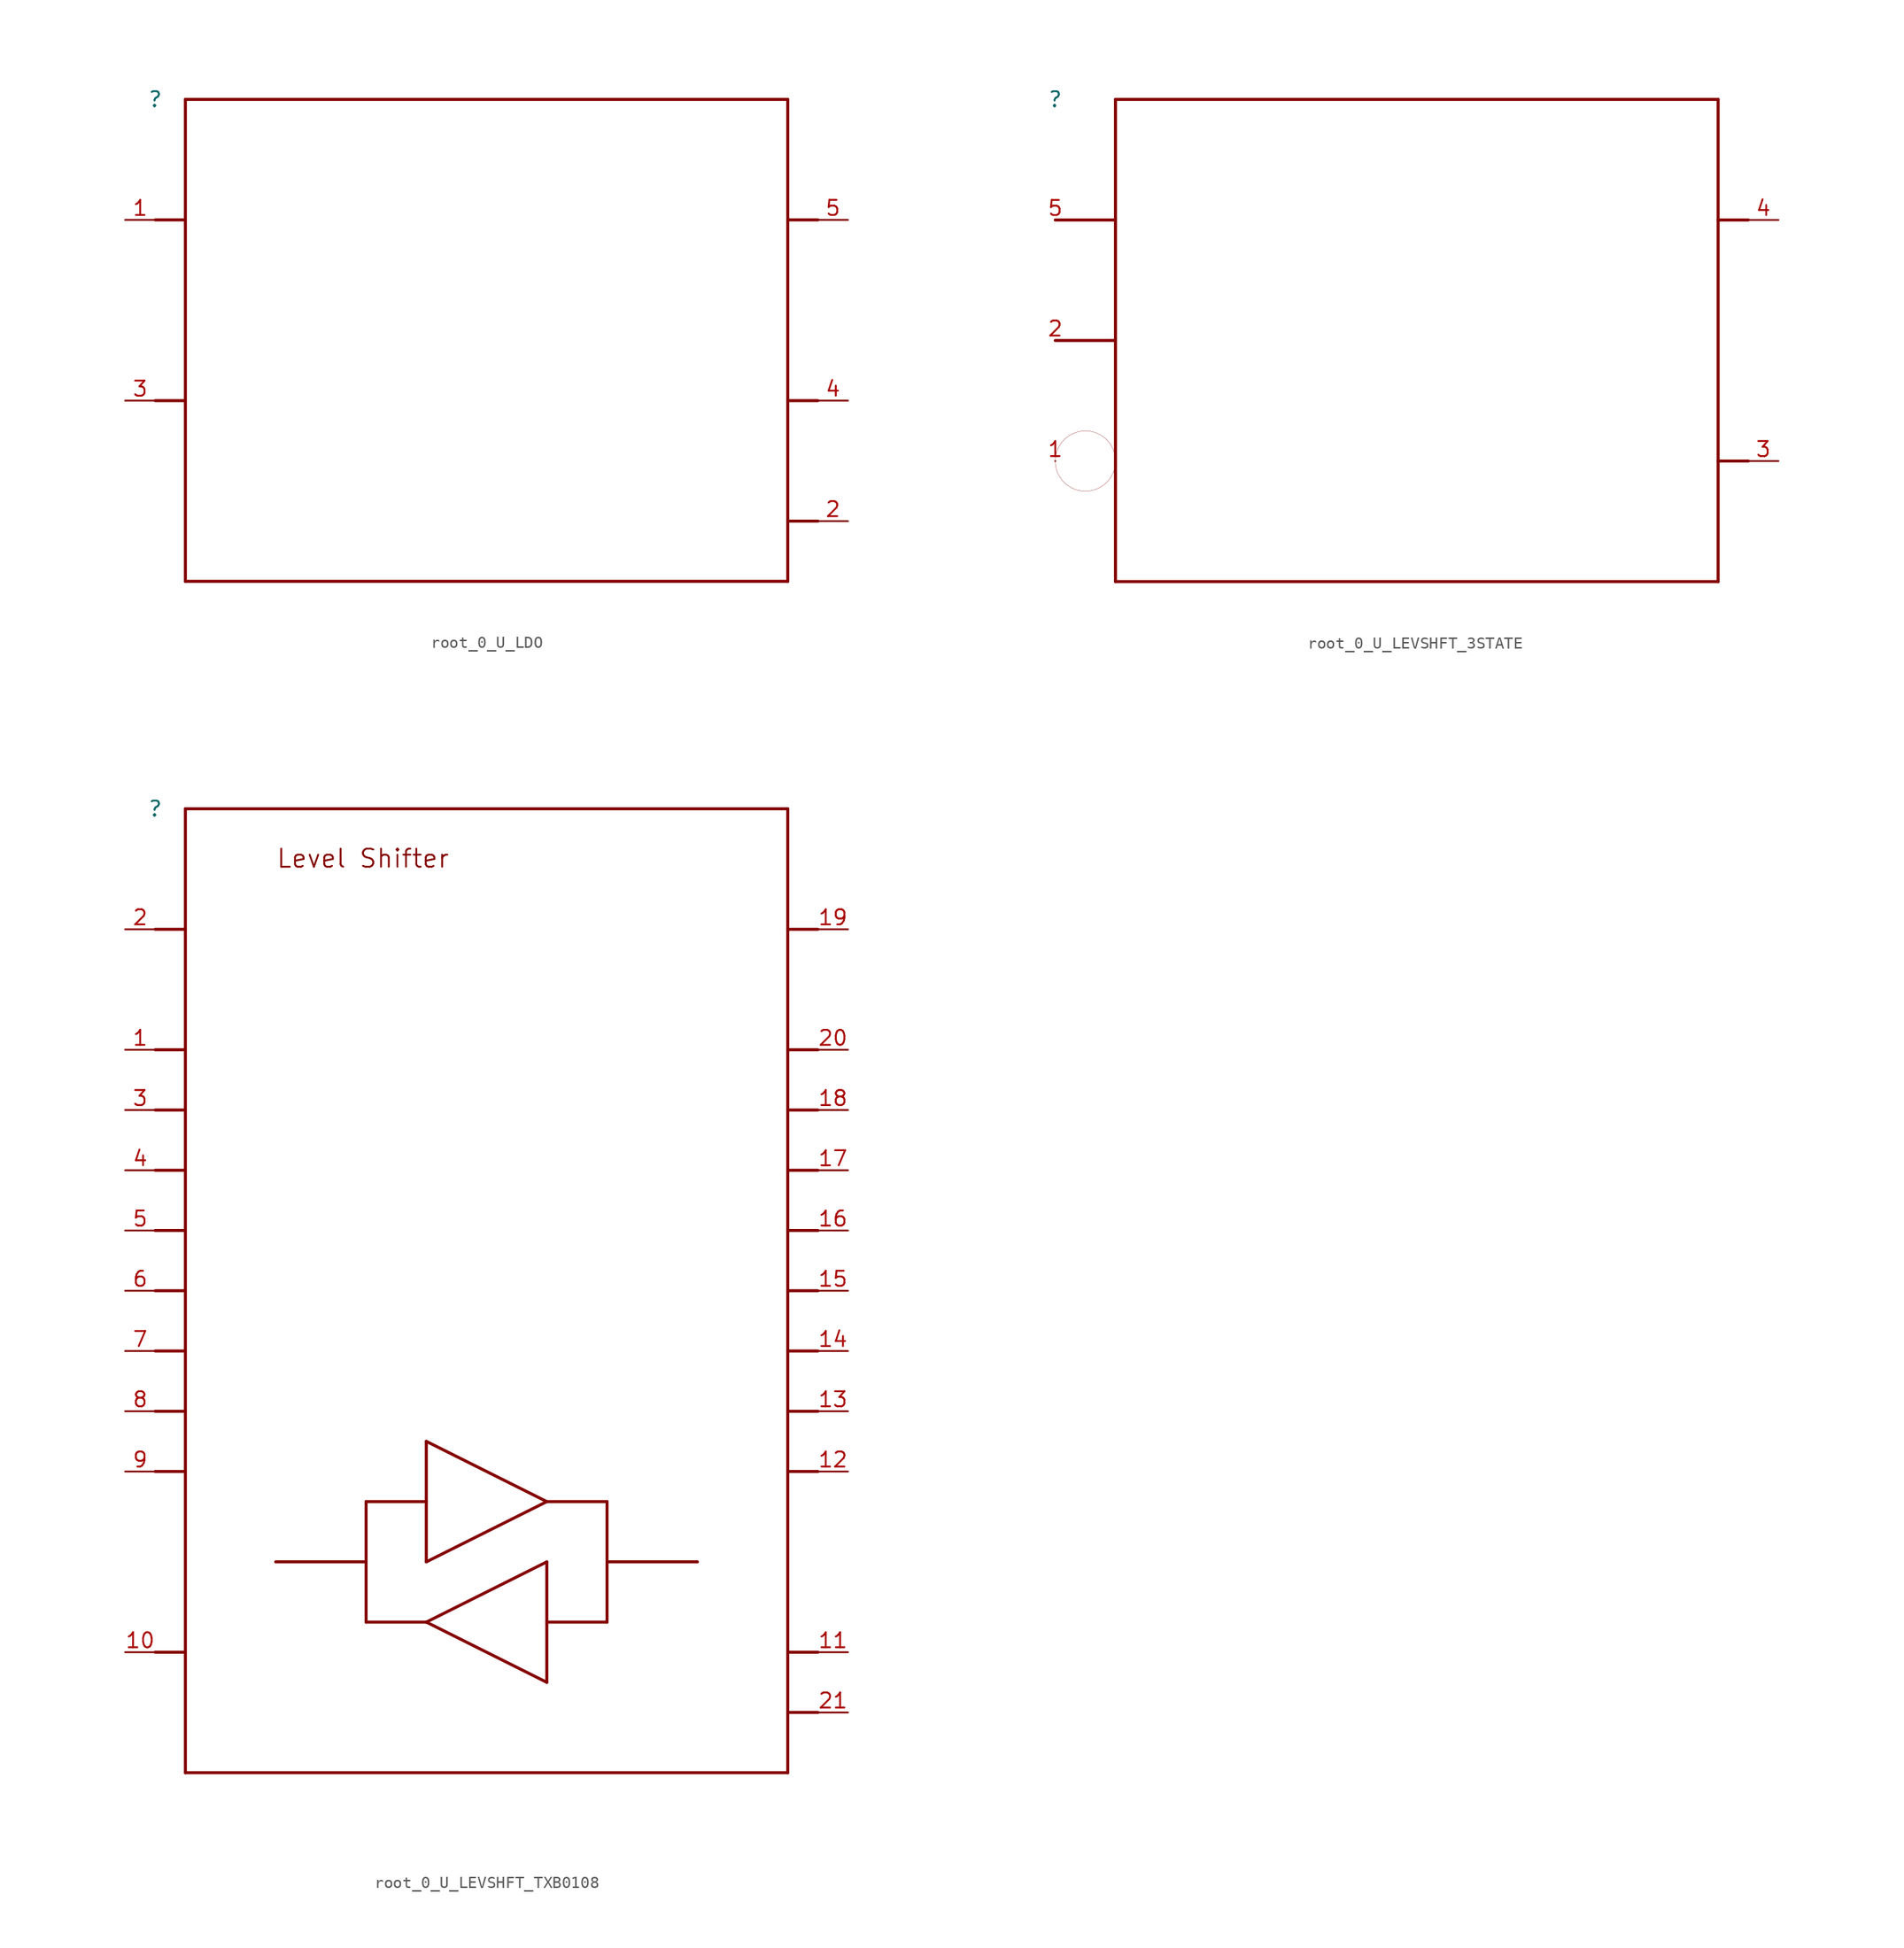
<source format=kicad_sym>
(kicad_symbol_lib
  (version 20220914)
  (generator kicad_symbol_editor)
  (symbol "root_0_U_LDO"
    (property "Reference" ""
      (at 0 0 0)
      (effects (font (size 1.27 1.27))))
    (property "Value" ""
      (at 0 0 0)
      (effects (font (size 1.27 1.27))))
    (symbol "root_0_U_LDO_1_0"
      (polyline (pts (xy 0 -25.4) (xy 2.54 -25.4)) (stroke (width 0.254) (type solid)) (fill (type none)))
      (polyline (pts (xy 0 -10.16) (xy 2.54 -10.16)) (stroke (width 0.254) (type solid)) (fill (type none)))
      (polyline (pts (xy 2.54 -40.64) (xy 2.54 0)) (stroke (width 0.254) (type solid)) (fill (type none)))
      (polyline (pts (xy 2.54 -40.64) (xy 53.34 -40.64)) (stroke (width 0.254) (type solid)) (fill (type none)))
      (polyline (pts (xy 53.34 -35.56) (xy 55.88 -35.56)) (stroke (width 0.254) (type solid)) (fill (type none)))
      (polyline (pts (xy 53.34 -25.4) (xy 55.88 -25.4)) (stroke (width 0.254) (type solid)) (fill (type none)))
      (polyline (pts (xy 53.34 -10.16) (xy 55.88 -10.16)) (stroke (width 0.254) (type solid)) (fill (type none)))
      (polyline (pts (xy 53.34 0) (xy 2.54 0)) (stroke (width 0.254) (type solid)) (fill (type none)))
      (polyline (pts (xy 53.34 0) (xy 53.34 -40.64)) (stroke (width 0.254) (type solid)) (fill (type none)))
      (pin bidirectional line (at -2.54 -10.16 0) (length 2.54) (name "IN" (effects (font (size 0 0)))) (number "1" (effects (font (size 1.27 1.27)))))
      (pin input line (at 58.42 -35.56 180) (length 2.54) (name "GND" (effects (font (size 0 0)))) (number "2" (effects (font (size 1.27 1.27)))))
      (pin output line (at -2.54 -25.4 0) (length 2.54) (name "EN" (effects (font (size 0 0)))) (number "3" (effects (font (size 1.27 1.27)))))
      (pin bidirectional line (at 58.42 -25.4 180) (length 2.54) (name "ADJ" (effects (font (size 0 0)))) (number "4" (effects (font (size 1.27 1.27)))))
      (pin bidirectional line (at 58.42 -10.16 180) (length 2.54) (name "OUT" (effects (font (size 0 0)))) (number "5" (effects (font (size 1.27 1.27)))))))
  (symbol "root_0_U_LEVSHFT_3STATE"
    (property "Reference" ""
      (at 0 0 0)
      (effects (font (size 1.27 1.27))))
    (property "Value" ""
      (at 0 0 0)
      (effects (font (size 1.27 1.27))))
    (symbol "root_0_U_LEVSHFT_3STATE_1_0"
      (polyline (pts (xy 5.08 -20.32) (xy 0 -20.32)) (stroke (width 0.254) (type solid)) (fill (type none)))
      (polyline (pts (xy 5.08 -10.16) (xy 0 -10.16)) (stroke (width 0.254) (type solid)) (fill (type none)))
      (polyline (pts (xy 5.08 0) (xy 5.08 -40.64)) (stroke (width 0.254) (type solid)) (fill (type none)))
      (polyline (pts (xy 55.88 -40.64) (xy 5.08 -40.64)) (stroke (width 0.254) (type solid)) (fill (type none)))
      (polyline (pts (xy 55.88 -40.64) (xy 55.88 0)) (stroke (width 0.254) (type solid)) (fill (type none)))
      (polyline (pts (xy 55.88 -30.48) (xy 58.42 -30.48)) (stroke (width 0.254) (type solid)) (fill (type none)))
      (polyline (pts (xy 55.88 -10.16) (xy 58.42 -10.16)) (stroke (width 0.254) (type solid)) (fill (type none)))
      (polyline (pts (xy 55.88 0) (xy 5.08 0)) (stroke (width 0.254) (type solid)) (fill (type none)))
      (circle (center 2.54 -30.48) (radius 2.54) (stroke (width 0.0001) (type solid)) (fill (type none)))
      (pin input line (at 0 -30.48 180) (length 0) (name "OE*" (effects (font (size 0 0)))) (number "1" (effects (font (size 1.27 1.27)))))
      (pin input line (at 0 -20.32 180) (length 0) (name "IN" (effects (font (size 0 0)))) (number "2" (effects (font (size 1.27 1.27)))))
      (pin input line (at 60.96 -30.48 180) (length 2.54) (name "GND" (effects (font (size 0 0)))) (number "3" (effects (font (size 1.27 1.27)))))
      (pin output line (at 60.96 -10.16 180) (length 2.54) (name "OUT" (effects (font (size 0 0)))) (number "4" (effects (font (size 1.27 1.27)))))
      (pin power_in line (at 0 -10.16 180) (length 0) (name "VCC" (effects (font (size 0 0)))) (number "5" (effects (font (size 1.27 1.27)))))))
  (symbol "root_0_U_LEVSHFT_TXB0108"
    (property "Reference" ""
      (at 0 0 0)
      (effects (font (size 1.27 1.27))))
    (property "Value" ""
      (at 0 0 0)
      (effects (font (size 1.27 1.27))))
    (symbol "root_0_U_LEVSHFT_TXB0108_1_0"
      (polyline (pts (xy 0 -71.12) (xy 2.54 -71.12)) (stroke (width 0.254) (type solid)) (fill (type none)))
      (polyline (pts (xy 0 -55.88) (xy 2.54 -55.88)) (stroke (width 0.254) (type solid)) (fill (type none)))
      (polyline (pts (xy 0 -50.8) (xy 2.54 -50.8)) (stroke (width 0.254) (type solid)) (fill (type none)))
      (polyline (pts (xy 0 -45.72) (xy 2.54 -45.72)) (stroke (width 0.254) (type solid)) (fill (type none)))
      (polyline (pts (xy 0 -40.64) (xy 2.54 -40.64)) (stroke (width 0.254) (type solid)) (fill (type none)))
      (polyline (pts (xy 0 -35.56) (xy 2.54 -35.56)) (stroke (width 0.254) (type solid)) (fill (type none)))
      (polyline (pts (xy 0 -30.48) (xy 2.54 -30.48)) (stroke (width 0.254) (type solid)) (fill (type none)))
      (polyline (pts (xy 0 -25.4) (xy 2.54 -25.4)) (stroke (width 0.254) (type solid)) (fill (type none)))
      (polyline (pts (xy 0 -20.32) (xy 2.54 -20.32)) (stroke (width 0.254) (type solid)) (fill (type none)))
      (polyline (pts (xy 0 -10.16) (xy 2.54 -10.16)) (stroke (width 0.254) (type solid)) (fill (type none)))
      (polyline (pts (xy 2.54 -81.28) (xy 53.34 -81.28)) (stroke (width 0.254) (type solid)) (fill (type none)))
      (polyline (pts (xy 2.54 0) (xy 2.54 -81.28)) (stroke (width 0.254) (type solid)) (fill (type none)))
      (polyline (pts (xy 17.78 -68.58) (xy 22.86 -68.58)) (stroke (width 0.254) (type solid)) (fill (type none)))
      (polyline (pts (xy 17.78 -63.5) (xy 10.16 -63.5)) (stroke (width 0.254) (type solid)) (fill (type none)))
      (polyline (pts (xy 17.78 -58.42) (xy 17.78 -68.58)) (stroke (width 0.254) (type solid)) (fill (type none)))
      (polyline (pts (xy 17.78 -58.42) (xy 22.86 -58.42)) (stroke (width 0.254) (type solid)) (fill (type none)))
      (polyline (pts (xy 22.86 -68.58) (xy 33.02 -73.66)) (stroke (width 0.254) (type solid)) (fill (type none)))
      (polyline (pts (xy 22.86 -63.5) (xy 22.86 -53.34)) (stroke (width 0.254) (type solid)) (fill (type none)))
      (polyline (pts (xy 22.86 -63.5) (xy 33.02 -58.42)) (stroke (width 0.254) (type solid)) (fill (type none)))
      (polyline (pts (xy 33.02 -73.66) (xy 33.02 -63.5)) (stroke (width 0.254) (type solid)) (fill (type none)))
      (polyline (pts (xy 33.02 -68.58) (xy 38.1 -68.58)) (stroke (width 0.254) (type solid)) (fill (type none)))
      (polyline (pts (xy 33.02 -63.5) (xy 22.86 -68.58)) (stroke (width 0.254) (type solid)) (fill (type none)))
      (polyline (pts (xy 33.02 -58.42) (xy 22.86 -53.34)) (stroke (width 0.254) (type solid)) (fill (type none)))
      (polyline (pts (xy 38.1 -68.58) (xy 38.1 -58.42)) (stroke (width 0.254) (type solid)) (fill (type none)))
      (polyline (pts (xy 38.1 -63.5) (xy 45.72 -63.5)) (stroke (width 0.254) (type solid)) (fill (type none)))
      (polyline (pts (xy 38.1 -58.42) (xy 33.02 -58.42)) (stroke (width 0.254) (type solid)) (fill (type none)))
      (polyline (pts (xy 53.34 -76.2) (xy 55.88 -76.2)) (stroke (width 0.254) (type solid)) (fill (type none)))
      (polyline (pts (xy 53.34 -71.12) (xy 55.88 -71.12)) (stroke (width 0.254) (type solid)) (fill (type none)))
      (polyline (pts (xy 53.34 -55.88) (xy 55.88 -55.88)) (stroke (width 0.254) (type solid)) (fill (type none)))
      (polyline (pts (xy 53.34 -50.8) (xy 55.88 -50.8)) (stroke (width 0.254) (type solid)) (fill (type none)))
      (polyline (pts (xy 53.34 -45.72) (xy 55.88 -45.72)) (stroke (width 0.254) (type solid)) (fill (type none)))
      (polyline (pts (xy 53.34 -40.64) (xy 55.88 -40.64)) (stroke (width 0.254) (type solid)) (fill (type none)))
      (polyline (pts (xy 53.34 -35.56) (xy 55.88 -35.56)) (stroke (width 0.254) (type solid)) (fill (type none)))
      (polyline (pts (xy 53.34 -30.48) (xy 55.88 -30.48)) (stroke (width 0.254) (type solid)) (fill (type none)))
      (polyline (pts (xy 53.34 -25.4) (xy 55.88 -25.4)) (stroke (width 0.254) (type solid)) (fill (type none)))
      (polyline (pts (xy 53.34 -20.32) (xy 55.88 -20.32)) (stroke (width 0.254) (type solid)) (fill (type none)))
      (polyline (pts (xy 53.34 -10.16) (xy 55.88 -10.16)) (stroke (width 0.254) (type solid)) (fill (type none)))
      (polyline (pts (xy 53.34 0) (xy 2.54 0)) (stroke (width 0.254) (type solid)) (fill (type none)))
      (polyline (pts (xy 53.34 0) (xy 53.34 -81.28)) (stroke (width 0.254) (type solid)) (fill (type none)))
      (text "Level Shifter" (at 10.16 -5.08 0) (effects (font (size 1.524 1.524)) (justify left bottom)))
      (pin bidirectional line (at -2.54 -20.32 0) (length 2.54) (name "A1" (effects (font (size 0 0)))) (number "1" (effects (font (size 1.27 1.27)))))
      (pin bidirectional line (at -2.54 -71.12 0) (length 2.54) (name "OE" (effects (font (size 0 0)))) (number "10" (effects (font (size 1.27 1.27)))))
      (pin input line (at 58.42 -71.12 180) (length 2.54) (name "GND" (effects (font (size 0 0)))) (number "11" (effects (font (size 1.27 1.27)))))
      (pin bidirectional line (at 58.42 -55.88 180) (length 2.54) (name "B8" (effects (font (size 0 0)))) (number "12" (effects (font (size 1.27 1.27)))))
      (pin bidirectional line (at 58.42 -50.8 180) (length 2.54) (name "B7" (effects (font (size 0 0)))) (number "13" (effects (font (size 1.27 1.27)))))
      (pin bidirectional line (at 58.42 -45.72 180) (length 2.54) (name "B6" (effects (font (size 0 0)))) (number "14" (effects (font (size 1.27 1.27)))))
      (pin bidirectional line (at 58.42 -40.64 180) (length 2.54) (name "B5" (effects (font (size 0 0)))) (number "15" (effects (font (size 1.27 1.27)))))
      (pin bidirectional line (at 58.42 -35.56 180) (length 2.54) (name "B4" (effects (font (size 0 0)))) (number "16" (effects (font (size 1.27 1.27)))))
      (pin bidirectional line (at 58.42 -30.48 180) (length 2.54) (name "B3" (effects (font (size 0 0)))) (number "17" (effects (font (size 1.27 1.27)))))
      (pin bidirectional line (at 58.42 -25.4 180) (length 2.54) (name "B2" (effects (font (size 0 0)))) (number "18" (effects (font (size 1.27 1.27)))))
      (pin power_in line (at 58.42 -10.16 180) (length 2.54) (name "VCCB" (effects (font (size 0 0)))) (number "19" (effects (font (size 1.27 1.27)))))
      (pin power_in line (at -2.54 -10.16 0) (length 2.54) (name "VCCA" (effects (font (size 0 0)))) (number "2" (effects (font (size 1.27 1.27)))))
      (pin bidirectional line (at 58.42 -20.32 180) (length 2.54) (name "B1" (effects (font (size 0 0)))) (number "20" (effects (font (size 1.27 1.27)))))
      (pin input line (at 58.42 -76.2 180) (length 2.54) (name "EP" (effects (font (size 0 0)))) (number "21" (effects (font (size 1.27 1.27)))))
      (pin bidirectional line (at -2.54 -25.4 0) (length 2.54) (name "A2" (effects (font (size 0 0)))) (number "3" (effects (font (size 1.27 1.27)))))
      (pin bidirectional line (at -2.54 -30.48 0) (length 2.54) (name "A3" (effects (font (size 0 0)))) (number "4" (effects (font (size 1.27 1.27)))))
      (pin bidirectional line (at -2.54 -35.56 0) (length 2.54) (name "A4" (effects (font (size 0 0)))) (number "5" (effects (font (size 1.27 1.27)))))
      (pin bidirectional line (at -2.54 -40.64 0) (length 2.54) (name "A5" (effects (font (size 0 0)))) (number "6" (effects (font (size 1.27 1.27)))))
      (pin bidirectional line (at -2.54 -45.72 0) (length 2.54) (name "A6" (effects (font (size 0 0)))) (number "7" (effects (font (size 1.27 1.27)))))
      (pin bidirectional line (at -2.54 -50.8 0) (length 2.54) (name "A7" (effects (font (size 0 0)))) (number "8" (effects (font (size 1.27 1.27)))))
      (pin bidirectional line (at -2.54 -55.88 0) (length 2.54) (name "A8" (effects (font (size 0 0)))) (number "9" (effects (font (size 1.27 1.27))))))))
</source>
